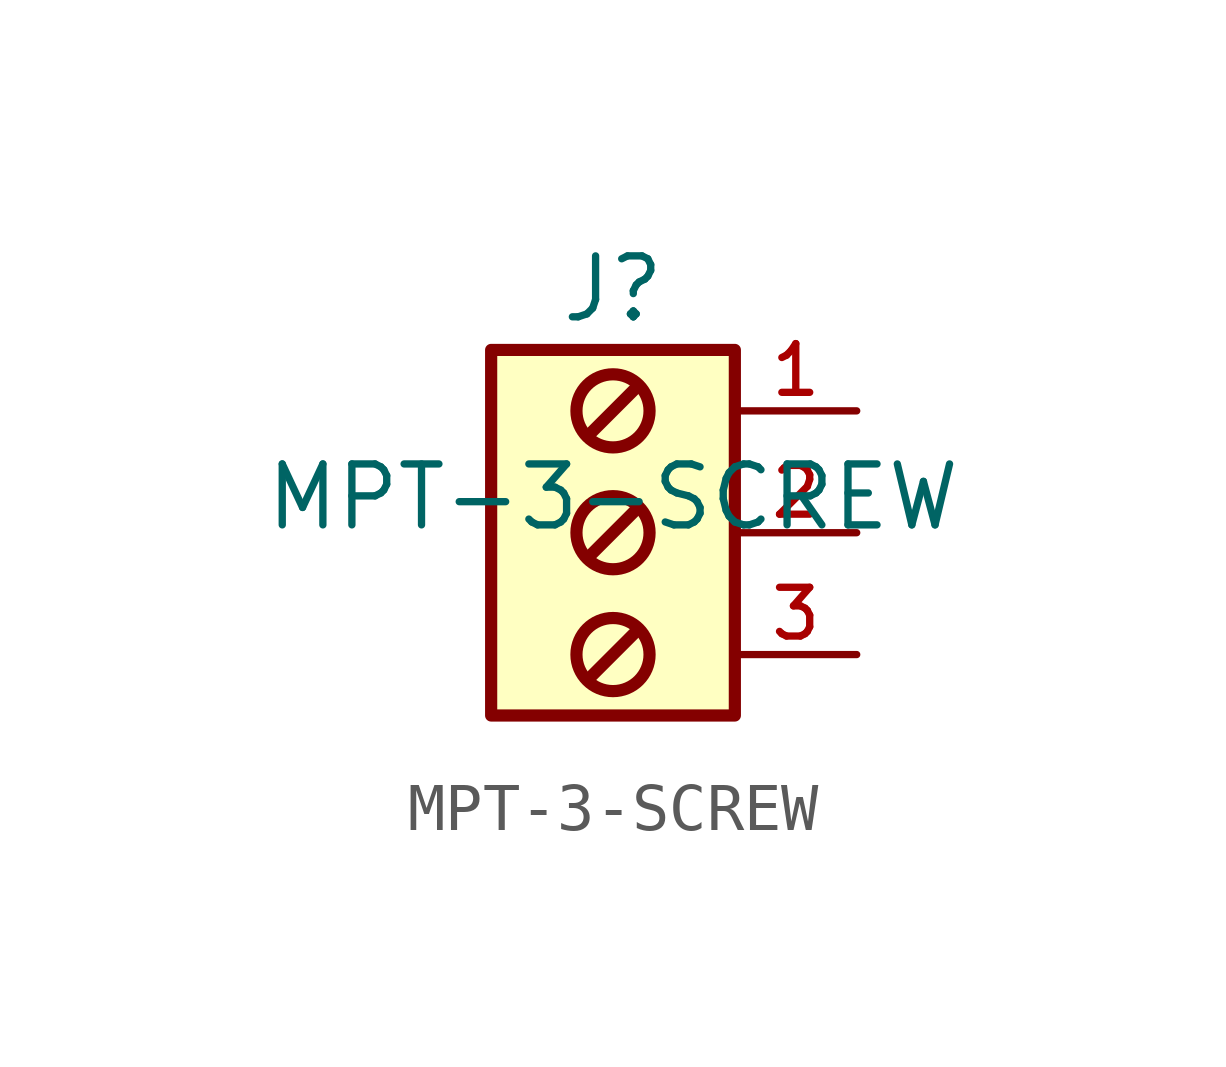
<source format=kicad_sym>
(kicad_symbol_lib
  (version 20211014)
  (generator kicad_symbol_editor)
  (symbol "MPT-3-SCREW"
    (pin_names
      (offset 1.016))
    (property "Reference" "J"
      (at 0.0 5.08 0)
      (effects (font (size 1.27 1.27))))
    (property "Value" "MPT-3-SCREW"
      (at 0 0.0 0)
      (effects (font (size 1.27 1.27)) (justify bottom)))
    (symbol "MPT-3-SCREW_0_0"
      (circle (center 0.0 0.0) (radius 0.762) (stroke (width 0.254)) (fill (type none)))
      (circle (center 0.0 2.54) (radius 0.762) (stroke (width 0.254)) (fill (type none)))
      (polyline (pts (xy -0.508 -0.508) (xy 0.508 0.508)) (stroke (width 0.254)))
      (polyline (pts (xy -0.508 2.032) (xy 0.508 3.048)) (stroke (width 0.254)))
      (circle (center 0.0 -2.54) (radius 0.762) (stroke (width 0.254)) (fill (type none)))
      (polyline (pts (xy -0.508 -3.048) (xy 0.508 -2.032)) (stroke (width 0.254)))
      (rectangle (start -2.54 -3.81) (end 2.54 3.81) (stroke (width 0.254)) (fill (type background)))
      (pin bidirectional line (at 5.08 2.54 180.0) (length 2.54) (name "~" (effects (font (size 1.016 1.016)))) (number "1" (effects (font (size 1.016 1.016)))))
      (pin bidirectional line (at 5.08 0.0 180.0) (length 2.54) (name "~" (effects (font (size 1.016 1.016)))) (number "2" (effects (font (size 1.016 1.016)))))
      (pin bidirectional line (at 5.08 -2.54 180.0) (length 2.54) (name "~" (effects (font (size 1.016 1.016)))) (number "3" (effects (font (size 1.016 1.016))))))))
</source>
